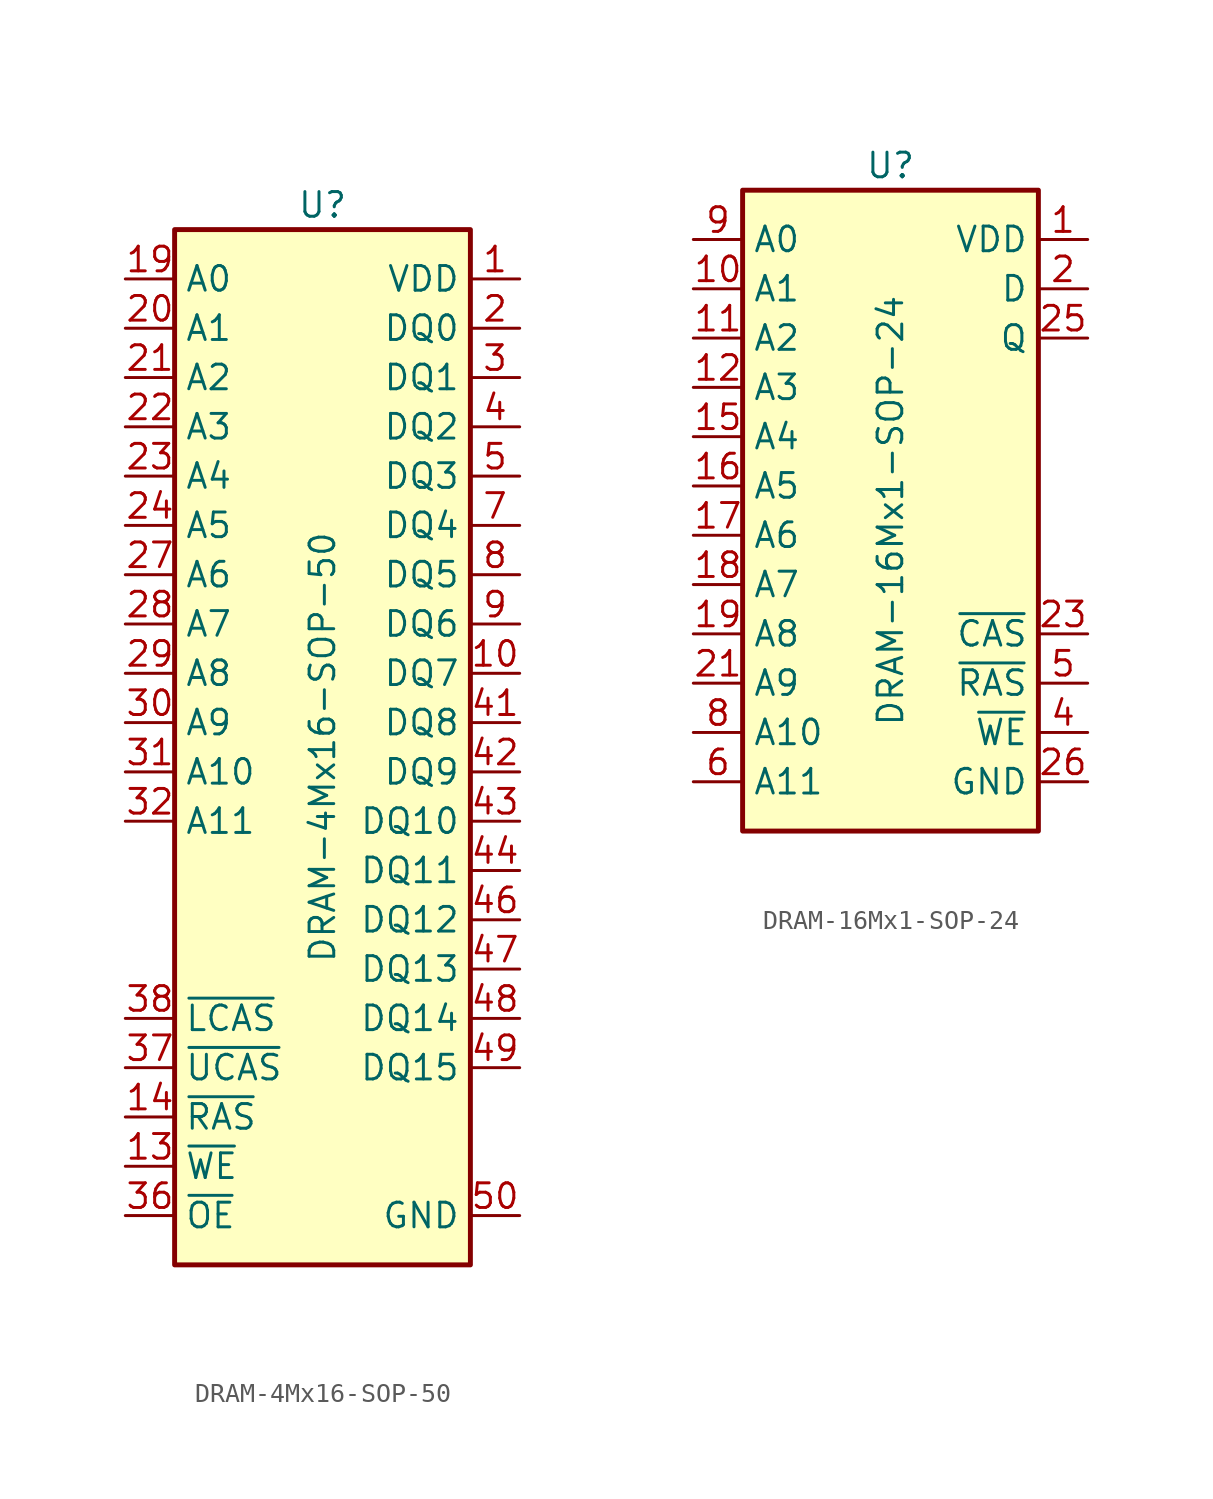
<source format=kicad_sym>
(kicad_symbol_lib
  (version 20231120)
  (generator "kicad_symbol_editor")
  (generator_version "8.0")
  (symbol "DRAM-4Mx16-SOP-50"
    (property "Reference" "U"
      (at 0 27.94 0)
      (effects (font (size 1.27 1.27))))
    (property "Value" "DRAM-4Mx16-SOP-50"
      (at 0 0 90)
      (effects (font (size 1.27 1.27))))
    (symbol "DRAM-4Mx16-SOP-50_0_1"
      (rectangle (start -7.62 26.67) (end 7.62 -26.67) (stroke (width 0.254) (type default)) (fill (type background))))
    (symbol "DRAM-4Mx16-SOP-50_1_1"
      (pin power_in line (at 10.16 24.13 180) (length 2.54) (name "VDD" (effects (font (size 1.27 1.27)))) (number "1" (effects (font (size 1.27 1.27)))))
      (pin bidirectional line (at 10.16 3.81 180) (length 2.54) (name "DQ7" (effects (font (size 1.27 1.27)))) (number "10" (effects (font (size 1.27 1.27)))))
      (pin no_connect line (at -10.16 -6.35 0) (length 2.54) hide (name "NC" (effects (font (size 1.27 1.27)))) (number "11" (effects (font (size 1.27 1.27)))))
      (pin power_in line (at 10.16 24.13 180) (length 2.54) hide (name "VDD" (effects (font (size 1.27 1.27)))) (number "12" (effects (font (size 1.27 1.27)))))
      (pin input line (at -10.16 -21.59 0) (length 2.54) (name "~{WE}" (effects (font (size 1.27 1.27)))) (number "13" (effects (font (size 1.27 1.27)))))
      (pin input line (at -10.16 -19.05 0) (length 2.54) (name "~{RAS}" (effects (font (size 1.27 1.27)))) (number "14" (effects (font (size 1.27 1.27)))))
      (pin no_connect line (at -10.16 -7.62 0) (length 2.54) hide (name "NC" (effects (font (size 1.27 1.27)))) (number "15" (effects (font (size 1.27 1.27)))))
      (pin no_connect line (at -10.16 -8.89 0) (length 2.54) hide (name "NC" (effects (font (size 1.27 1.27)))) (number "16" (effects (font (size 1.27 1.27)))))
      (pin no_connect line (at -10.16 -10.16 0) (length 2.54) hide (name "NC" (effects (font (size 1.27 1.27)))) (number "17" (effects (font (size 1.27 1.27)))))
      (pin no_connect line (at -10.16 -11.43 0) (length 2.54) hide (name "NC" (effects (font (size 1.27 1.27)))) (number "18" (effects (font (size 1.27 1.27)))))
      (pin input line (at -10.16 24.13 0) (length 2.54) (name "A0" (effects (font (size 1.27 1.27)))) (number "19" (effects (font (size 1.27 1.27)))))
      (pin bidirectional line (at 10.16 21.59 180) (length 2.54) (name "DQ0" (effects (font (size 1.27 1.27)))) (number "2" (effects (font (size 1.27 1.27)))))
      (pin input line (at -10.16 21.59 0) (length 2.54) (name "A1" (effects (font (size 1.27 1.27)))) (number "20" (effects (font (size 1.27 1.27)))))
      (pin input line (at -10.16 19.05 0) (length 2.54) (name "A2" (effects (font (size 1.27 1.27)))) (number "21" (effects (font (size 1.27 1.27)))))
      (pin input line (at -10.16 16.51 0) (length 2.54) (name "A3" (effects (font (size 1.27 1.27)))) (number "22" (effects (font (size 1.27 1.27)))))
      (pin input line (at -10.16 13.97 0) (length 2.54) (name "A4" (effects (font (size 1.27 1.27)))) (number "23" (effects (font (size 1.27 1.27)))))
      (pin input line (at -10.16 11.43 0) (length 2.54) (name "A5" (effects (font (size 1.27 1.27)))) (number "24" (effects (font (size 1.27 1.27)))))
      (pin power_in line (at 10.16 24.13 180) (length 2.54) hide (name "VDD" (effects (font (size 1.27 1.27)))) (number "25" (effects (font (size 1.27 1.27)))))
      (pin power_in line (at 10.16 -24.13 180) (length 2.54) hide (name "GND" (effects (font (size 1.27 1.27)))) (number "26" (effects (font (size 1.27 1.27)))))
      (pin input line (at -10.16 8.89 0) (length 2.54) (name "A6" (effects (font (size 1.27 1.27)))) (number "27" (effects (font (size 1.27 1.27)))))
      (pin input line (at -10.16 6.35 0) (length 2.54) (name "A7" (effects (font (size 1.27 1.27)))) (number "28" (effects (font (size 1.27 1.27)))))
      (pin input line (at -10.16 3.81 0) (length 2.54) (name "A8" (effects (font (size 1.27 1.27)))) (number "29" (effects (font (size 1.27 1.27)))))
      (pin bidirectional line (at 10.16 19.05 180) (length 2.54) (name "DQ1" (effects (font (size 1.27 1.27)))) (number "3" (effects (font (size 1.27 1.27)))))
      (pin input line (at -10.16 1.27 0) (length 2.54) (name "A9" (effects (font (size 1.27 1.27)))) (number "30" (effects (font (size 1.27 1.27)))))
      (pin input line (at -10.16 -1.27 0) (length 2.54) (name "A10" (effects (font (size 1.27 1.27)))) (number "31" (effects (font (size 1.27 1.27)))))
      (pin input line (at -10.16 -3.81 0) (length 2.54) (name "A11" (effects (font (size 1.27 1.27)))) (number "32" (effects (font (size 1.27 1.27)))))
      (pin no_connect line (at 10.16 -22.86 180) (length 2.54) hide (name "NC" (effects (font (size 1.27 1.27)))) (number "33" (effects (font (size 1.27 1.27)))))
      (pin no_connect line (at 10.16 -21.59 180) (length 2.54) hide (name "NC" (effects (font (size 1.27 1.27)))) (number "34" (effects (font (size 1.27 1.27)))))
      (pin no_connect line (at 10.16 -20.32 180) (length 2.54) hide (name "NC" (effects (font (size 1.27 1.27)))) (number "35" (effects (font (size 1.27 1.27)))))
      (pin input line (at -10.16 -24.13 0) (length 2.54) (name "~{OE}" (effects (font (size 1.27 1.27)))) (number "36" (effects (font (size 1.27 1.27)))))
      (pin input line (at -10.16 -16.51 0) (length 2.54) (name "~{UCAS}" (effects (font (size 1.27 1.27)))) (number "37" (effects (font (size 1.27 1.27)))))
      (pin input line (at -10.16 -13.97 0) (length 2.54) (name "~{LCAS}" (effects (font (size 1.27 1.27)))) (number "38" (effects (font (size 1.27 1.27)))))
      (pin power_in line (at 10.16 -24.13 180) (length 2.54) hide (name "GND" (effects (font (size 1.27 1.27)))) (number "39" (effects (font (size 1.27 1.27)))))
      (pin bidirectional line (at 10.16 16.51 180) (length 2.54) (name "DQ2" (effects (font (size 1.27 1.27)))) (number "4" (effects (font (size 1.27 1.27)))))
      (pin no_connect line (at 10.16 -19.05 180) (length 2.54) hide (name "NC" (effects (font (size 1.27 1.27)))) (number "40" (effects (font (size 1.27 1.27)))))
      (pin bidirectional line (at 10.16 1.27 180) (length 2.54) (name "DQ8" (effects (font (size 1.27 1.27)))) (number "41" (effects (font (size 1.27 1.27)))))
      (pin bidirectional line (at 10.16 -1.27 180) (length 2.54) (name "DQ9" (effects (font (size 1.27 1.27)))) (number "42" (effects (font (size 1.27 1.27)))))
      (pin bidirectional line (at 10.16 -3.81 180) (length 2.54) (name "DQ10" (effects (font (size 1.27 1.27)))) (number "43" (effects (font (size 1.27 1.27)))))
      (pin bidirectional line (at 10.16 -6.35 180) (length 2.54) (name "DQ11" (effects (font (size 1.27 1.27)))) (number "44" (effects (font (size 1.27 1.27)))))
      (pin power_in line (at 10.16 -24.13 180) (length 2.54) hide (name "GND" (effects (font (size 1.27 1.27)))) (number "45" (effects (font (size 1.27 1.27)))))
      (pin bidirectional line (at 10.16 -8.89 180) (length 2.54) (name "DQ12" (effects (font (size 1.27 1.27)))) (number "46" (effects (font (size 1.27 1.27)))))
      (pin bidirectional line (at 10.16 -11.43 180) (length 2.54) (name "DQ13" (effects (font (size 1.27 1.27)))) (number "47" (effects (font (size 1.27 1.27)))))
      (pin bidirectional line (at 10.16 -13.97 180) (length 2.54) (name "DQ14" (effects (font (size 1.27 1.27)))) (number "48" (effects (font (size 1.27 1.27)))))
      (pin bidirectional line (at 10.16 -16.51 180) (length 2.54) (name "DQ15" (effects (font (size 1.27 1.27)))) (number "49" (effects (font (size 1.27 1.27)))))
      (pin bidirectional line (at 10.16 13.97 180) (length 2.54) (name "DQ3" (effects (font (size 1.27 1.27)))) (number "5" (effects (font (size 1.27 1.27)))))
      (pin power_in line (at 10.16 -24.13 180) (length 2.54) (name "GND" (effects (font (size 1.27 1.27)))) (number "50" (effects (font (size 1.27 1.27)))))
      (pin power_in line (at 10.16 24.13 180) (length 2.54) hide (name "VDD" (effects (font (size 1.27 1.27)))) (number "6" (effects (font (size 1.27 1.27)))))
      (pin bidirectional line (at 10.16 11.43 180) (length 2.54) (name "DQ4" (effects (font (size 1.27 1.27)))) (number "7" (effects (font (size 1.27 1.27)))))
      (pin bidirectional line (at 10.16 8.89 180) (length 2.54) (name "DQ5" (effects (font (size 1.27 1.27)))) (number "8" (effects (font (size 1.27 1.27)))))
      (pin bidirectional line (at 10.16 6.35 180) (length 2.54) (name "DQ6" (effects (font (size 1.27 1.27)))) (number "9" (effects (font (size 1.27 1.27)))))))
  (symbol "DRAM-16Mx1-SOP-24"
    (property "Reference" "U"
      (at 0 17.78 0)
      (effects (font (size 1.27 1.27))))
    (property "Value" "DRAM-16Mx1-SOP-24"
      (at 0 0 90)
      (effects (font (size 1.27 1.27))))
    (symbol "DRAM-16Mx1-SOP-24_0_1"
      (rectangle (start -7.62 16.51) (end 7.62 -16.51) (stroke (width 0.254) (type default)) (fill (type background))))
    (symbol "DRAM-16Mx1-SOP-24_1_1"
      (pin power_in line (at 10.16 13.97 180) (length 2.54) (name "VDD" (effects (font (size 1.27 1.27)))) (number "1" (effects (font (size 1.27 1.27)))))
      (pin input line (at -10.16 11.43 0) (length 2.54) (name "A1" (effects (font (size 1.27 1.27)))) (number "10" (effects (font (size 1.27 1.27)))))
      (pin input line (at -10.16 8.89 0) (length 2.54) (name "A2" (effects (font (size 1.27 1.27)))) (number "11" (effects (font (size 1.27 1.27)))))
      (pin input line (at -10.16 6.35 0) (length 2.54) (name "A3" (effects (font (size 1.27 1.27)))) (number "12" (effects (font (size 1.27 1.27)))))
      (pin power_in line (at 10.16 13.97 180) (length 2.54) hide (name "VDD" (effects (font (size 1.27 1.27)))) (number "13" (effects (font (size 1.27 1.27)))))
      (pin power_in line (at 10.16 -13.97 180) (length 2.54) hide (name "GND" (effects (font (size 1.27 1.27)))) (number "14" (effects (font (size 1.27 1.27)))))
      (pin input line (at -10.16 3.81 0) (length 2.54) (name "A4" (effects (font (size 1.27 1.27)))) (number "15" (effects (font (size 1.27 1.27)))))
      (pin input line (at -10.16 1.27 0) (length 2.54) (name "A5" (effects (font (size 1.27 1.27)))) (number "16" (effects (font (size 1.27 1.27)))))
      (pin input line (at -10.16 -1.27 0) (length 2.54) (name "A6" (effects (font (size 1.27 1.27)))) (number "17" (effects (font (size 1.27 1.27)))))
      (pin input line (at -10.16 -3.81 0) (length 2.54) (name "A7" (effects (font (size 1.27 1.27)))) (number "18" (effects (font (size 1.27 1.27)))))
      (pin input line (at -10.16 -6.35 0) (length 2.54) (name "A8" (effects (font (size 1.27 1.27)))) (number "19" (effects (font (size 1.27 1.27)))))
      (pin bidirectional line (at 10.16 11.43 180) (length 2.54) (name "D" (effects (font (size 1.27 1.27)))) (number "2" (effects (font (size 1.27 1.27)))))
      (pin no_connect line (at 10.16 1.27 180) (length 2.54) hide (name "NC" (effects (font (size 1.27 1.27)))) (number "20" (effects (font (size 1.27 1.27)))))
      (pin input line (at -10.16 -8.89 0) (length 2.54) (name "A9" (effects (font (size 1.27 1.27)))) (number "21" (effects (font (size 1.27 1.27)))))
      (pin no_connect line (at 10.16 0 180) (length 2.54) hide (name "NC" (effects (font (size 1.27 1.27)))) (number "22" (effects (font (size 1.27 1.27)))))
      (pin input line (at 10.16 -6.35 180) (length 2.54) (name "~{CAS}" (effects (font (size 1.27 1.27)))) (number "23" (effects (font (size 1.27 1.27)))))
      (pin no_connect line (at 10.16 -1.27 180) (length 2.54) hide (name "NC" (effects (font (size 1.27 1.27)))) (number "24" (effects (font (size 1.27 1.27)))))
      (pin bidirectional line (at 10.16 8.89 180) (length 2.54) (name "Q" (effects (font (size 1.27 1.27)))) (number "25" (effects (font (size 1.27 1.27)))))
      (pin power_in line (at 10.16 -13.97 180) (length 2.54) (name "GND" (effects (font (size 1.27 1.27)))) (number "26" (effects (font (size 1.27 1.27)))))
      (pin no_connect line (at 10.16 3.81 180) (length 2.54) hide (name "NC" (effects (font (size 1.27 1.27)))) (number "3" (effects (font (size 1.27 1.27)))))
      (pin input line (at 10.16 -11.43 180) (length 2.54) (name "~{WE}" (effects (font (size 1.27 1.27)))) (number "4" (effects (font (size 1.27 1.27)))))
      (pin input line (at 10.16 -8.89 180) (length 2.54) (name "~{RAS}" (effects (font (size 1.27 1.27)))) (number "5" (effects (font (size 1.27 1.27)))))
      (pin input line (at -10.16 -13.97 0) (length 2.54) (name "A11" (effects (font (size 1.27 1.27)))) (number "6" (effects (font (size 1.27 1.27)))))
      (pin no_connect line (at 10.16 2.54 180) (length 2.54) hide (name "NC" (effects (font (size 1.27 1.27)))) (number "7" (effects (font (size 1.27 1.27)))))
      (pin input line (at -10.16 -11.43 0) (length 2.54) (name "A10" (effects (font (size 1.27 1.27)))) (number "8" (effects (font (size 1.27 1.27)))))
      (pin input line (at -10.16 13.97 0) (length 2.54) (name "A0" (effects (font (size 1.27 1.27)))) (number "9" (effects (font (size 1.27 1.27))))))))
</source>
